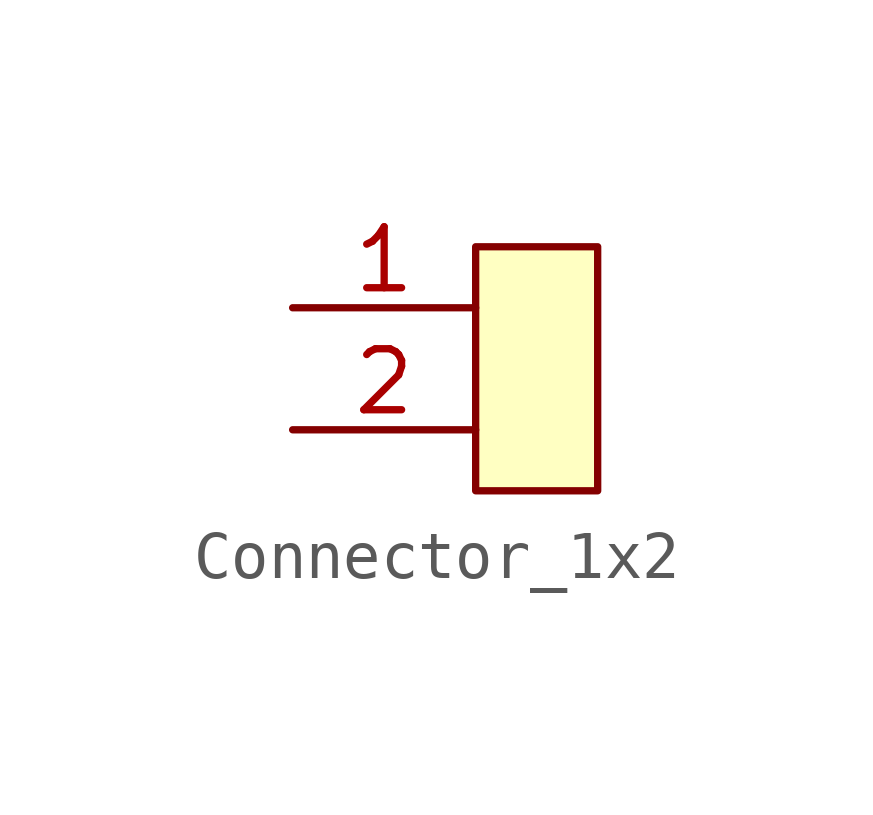
<source format=kicad_sym>
(kicad_symbol_lib
  (version 20211014)
  (generator kicad_symbol_editor)
  (symbol "Connector_1x2"
    (pin_names
      (offset 1.016) hide)
    (property "Reference" "J"
      (at 1.27 5.08 0)
      (effects (font (size 1.27 1.27)) hide))
    (symbol "Connector_1x2_1_1"
      (rectangle (start 0 0) (end 2.54 -5.08) (stroke (width 0) (type default) (color 0 0 0 0)) (fill (type background)))
      (pin passive line (at -3.81 -1.27 0) (length 3.81) (name "Pin_1" (effects (font (size 1.27 1.27)))) (number "1" (effects (font (size 1.27 1.27)))))
      (pin passive line (at -3.81 -3.81 0) (length 3.81) (name "Pin_2" (effects (font (size 1.27 1.27)))) (number "2" (effects (font (size 1.27 1.27))))))))
</source>
